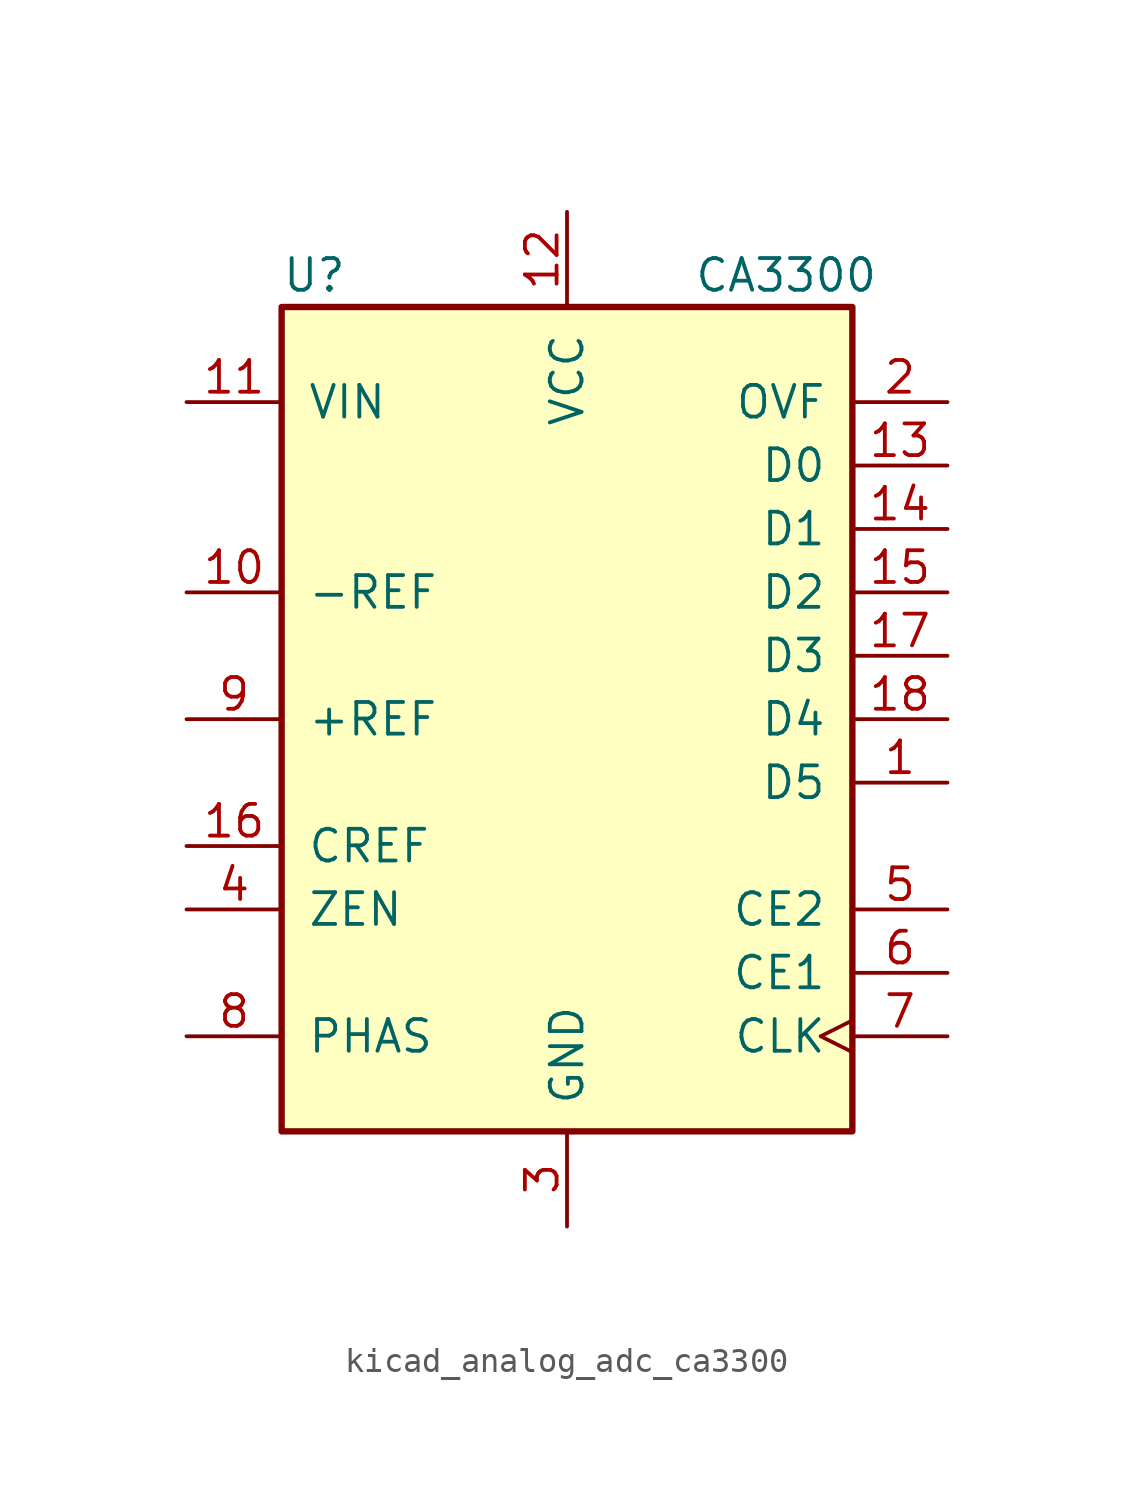
<source format=kicad_sym>
(kicad_symbol_lib
  (version 20220914)
  (generator kicad_symbol_editor)
  (symbol "kicad_analog_adc_ca3300"
    (pin_names
      (offset 1.016))
    (property "Reference" "U"
      (at -11.43 17.78 0)
      (effects (font (size 1.27 1.27)) (justify left)))
    (property "Value" "CA3300"
      (at 5.08 17.78 0)
      (effects (font (size 1.27 1.27)) (justify left)))
    (symbol "kicad_analog_adc_ca3300_0_1"
      (rectangle (start -11.43 -16.51) (end 11.43 16.51) (stroke (width 0.254) (type default)) (fill (type background))))
    (symbol "kicad_analog_adc_ca3300_1_1"
      (pin tri_state line (at 15.24 -2.54 180) (length 3.81) (name "D5" (effects (font (size 1.27 1.27)))) (number "1" (effects (font (size 1.27 1.27)))))
      (pin input line (at -15.24 5.08 0) (length 3.81) (name "-REF" (effects (font (size 1.27 1.27)))) (number "10" (effects (font (size 1.27 1.27)))))
      (pin input line (at -15.24 12.7 0) (length 3.81) (name "VIN" (effects (font (size 1.27 1.27)))) (number "11" (effects (font (size 1.27 1.27)))))
      (pin power_in line (at 0 20.32 270) (length 3.81) (name "VCC" (effects (font (size 1.27 1.27)))) (number "12" (effects (font (size 1.27 1.27)))))
      (pin tri_state line (at 15.24 10.16 180) (length 3.81) (name "D0" (effects (font (size 1.27 1.27)))) (number "13" (effects (font (size 1.27 1.27)))))
      (pin tri_state line (at 15.24 7.62 180) (length 3.81) (name "D1" (effects (font (size 1.27 1.27)))) (number "14" (effects (font (size 1.27 1.27)))))
      (pin tri_state line (at 15.24 5.08 180) (length 3.81) (name "D2" (effects (font (size 1.27 1.27)))) (number "15" (effects (font (size 1.27 1.27)))))
      (pin input line (at -15.24 -5.08 0) (length 3.81) (name "CREF" (effects (font (size 1.27 1.27)))) (number "16" (effects (font (size 1.27 1.27)))))
      (pin tri_state line (at 15.24 2.54 180) (length 3.81) (name "D3" (effects (font (size 1.27 1.27)))) (number "17" (effects (font (size 1.27 1.27)))))
      (pin tri_state line (at 15.24 0 180) (length 3.81) (name "D4" (effects (font (size 1.27 1.27)))) (number "18" (effects (font (size 1.27 1.27)))))
      (pin tri_state line (at 15.24 12.7 180) (length 3.81) (name "OVF" (effects (font (size 1.27 1.27)))) (number "2" (effects (font (size 1.27 1.27)))))
      (pin power_in line (at 0 -20.32 90) (length 3.81) (name "GND" (effects (font (size 1.27 1.27)))) (number "3" (effects (font (size 1.27 1.27)))))
      (pin input line (at -15.24 -7.62 0) (length 3.81) (name "ZEN" (effects (font (size 1.27 1.27)))) (number "4" (effects (font (size 1.27 1.27)))))
      (pin input line (at 15.24 -7.62 180) (length 3.81) (name "CE2" (effects (font (size 1.27 1.27)))) (number "5" (effects (font (size 1.27 1.27)))))
      (pin input line (at 15.24 -10.16 180) (length 3.81) (name "CE1" (effects (font (size 1.27 1.27)))) (number "6" (effects (font (size 1.27 1.27)))))
      (pin input clock (at 15.24 -12.7 180) (length 3.81) (name "CLK" (effects (font (size 1.27 1.27)))) (number "7" (effects (font (size 1.27 1.27)))))
      (pin input line (at -15.24 -12.7 0) (length 3.81) (name "PHAS" (effects (font (size 1.27 1.27)))) (number "8" (effects (font (size 1.27 1.27)))))
      (pin input line (at -15.24 0 0) (length 3.81) (name "+REF" (effects (font (size 1.27 1.27)))) (number "9" (effects (font (size 1.27 1.27))))))))
</source>
